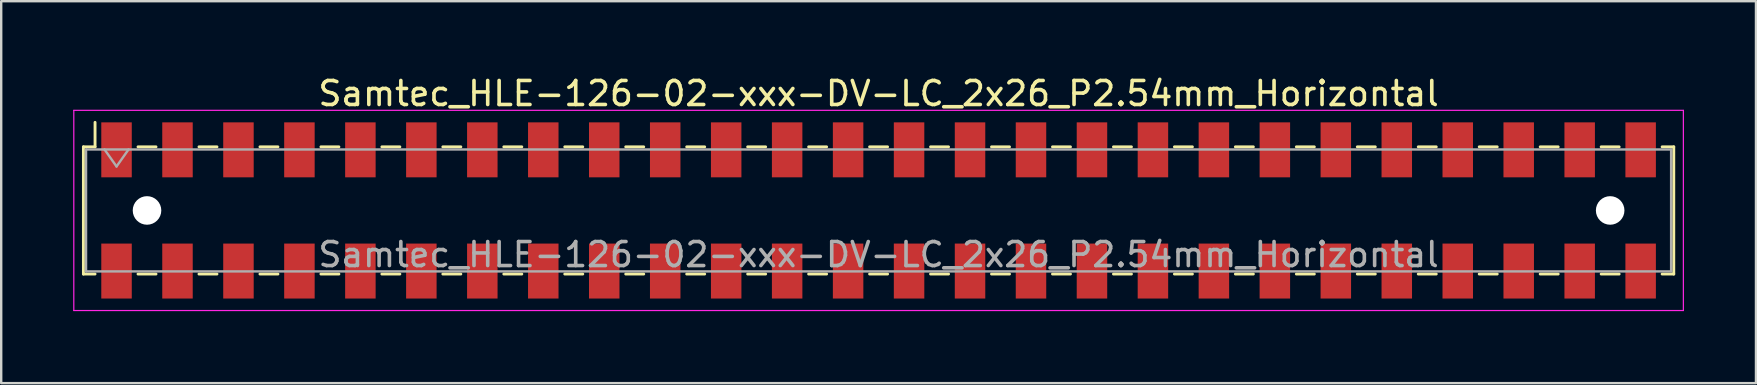
<source format=kicad_pcb>
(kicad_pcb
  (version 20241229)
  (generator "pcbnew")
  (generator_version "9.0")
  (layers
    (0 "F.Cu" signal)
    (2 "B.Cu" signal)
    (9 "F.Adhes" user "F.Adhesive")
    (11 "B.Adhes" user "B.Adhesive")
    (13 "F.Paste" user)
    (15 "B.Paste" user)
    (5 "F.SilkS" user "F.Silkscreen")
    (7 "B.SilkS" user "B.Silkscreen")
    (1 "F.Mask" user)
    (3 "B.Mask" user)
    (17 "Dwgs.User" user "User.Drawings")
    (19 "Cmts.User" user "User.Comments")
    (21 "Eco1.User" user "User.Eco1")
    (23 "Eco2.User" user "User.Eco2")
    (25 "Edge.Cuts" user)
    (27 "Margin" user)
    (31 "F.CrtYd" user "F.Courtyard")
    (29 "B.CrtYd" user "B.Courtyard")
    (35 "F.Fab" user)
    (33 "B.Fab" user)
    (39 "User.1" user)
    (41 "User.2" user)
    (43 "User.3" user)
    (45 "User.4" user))
  (footprint "Samtec_HLE-126-02-xxx-DV-LC_2x26_P2.54mm_Horizontal"
    (layer "F.Cu")
    (at 33.555 5.718)
    (property "Reference" "Samtec_HLE-126-02-xxx-DV-LC_2x26_P2.54mm_Horizontal" (at 0 -4.87 0) (layer "F.SilkS") (effects (font (size 1 1) (thickness 0.15))))
    (attr smd)
    (fp_line (start -33.13 -2.65) (end -33.13 2.65) (stroke (width 0.12) (type solid)) (layer "F.SilkS"))
    (fp_line (start -33.13 2.65) (end -32.645 2.65) (stroke (width 0.12) (type solid)) (layer "F.SilkS"))
    (fp_line (start -32.645 -3.67) (end -32.645 -2.65) (stroke (width 0.12) (type solid)) (layer "F.SilkS"))
    (fp_line (start -32.645 -2.65) (end -33.13 -2.65) (stroke (width 0.12) (type solid)) (layer "F.SilkS"))
    (fp_line (start -30.855 -2.65) (end -30.105 -2.65) (stroke (width 0.12) (type solid)) (layer "F.SilkS"))
    (fp_line (start -30.855 2.65) (end -30.105 2.65) (stroke (width 0.12) (type solid)) (layer "F.SilkS"))
    (fp_line (start -28.315 -2.65) (end -27.565 -2.65) (stroke (width 0.12) (type solid)) (layer "F.SilkS"))
    (fp_line (start -28.315 2.65) (end -27.565 2.65) (stroke (width 0.12) (type solid)) (layer "F.SilkS"))
    (fp_line (start -25.775 -2.65) (end -25.025 -2.65) (stroke (width 0.12) (type solid)) (layer "F.SilkS"))
    (fp_line (start -25.775 2.65) (end -25.025 2.65) (stroke (width 0.12) (type solid)) (layer "F.SilkS"))
    (fp_line (start -23.235 -2.65) (end -22.485 -2.65) (stroke (width 0.12) (type solid)) (layer "F.SilkS"))
    (fp_line (start -23.235 2.65) (end -22.485 2.65) (stroke (width 0.12) (type solid)) (layer "F.SilkS"))
    (fp_line (start -20.695 -2.65) (end -19.945 -2.65) (stroke (width 0.12) (type solid)) (layer "F.SilkS"))
    (fp_line (start -20.695 2.65) (end -19.945 2.65) (stroke (width 0.12) (type solid)) (layer "F.SilkS"))
    (fp_line (start -18.155 -2.65) (end -17.405 -2.65) (stroke (width 0.12) (type solid)) (layer "F.SilkS"))
    (fp_line (start -18.155 2.65) (end -17.405 2.65) (stroke (width 0.12) (type solid)) (layer "F.SilkS"))
    (fp_line (start -15.615 -2.65) (end -14.865 -2.65) (stroke (width 0.12) (type solid)) (layer "F.SilkS"))
    (fp_line (start -15.615 2.65) (end -14.865 2.65) (stroke (width 0.12) (type solid)) (layer "F.SilkS"))
    (fp_line (start -13.075 -2.65) (end -12.325 -2.65) (stroke (width 0.12) (type solid)) (layer "F.SilkS"))
    (fp_line (start -13.075 2.65) (end -12.325 2.65) (stroke (width 0.12) (type solid)) (layer "F.SilkS"))
    (fp_line (start -10.535 -2.65) (end -9.785 -2.65) (stroke (width 0.12) (type solid)) (layer "F.SilkS"))
    (fp_line (start -10.535 2.65) (end -9.785 2.65) (stroke (width 0.12) (type solid)) (layer "F.SilkS"))
    (fp_line (start -7.995 -2.65) (end -7.245 -2.65) (stroke (width 0.12) (type solid)) (layer "F.SilkS"))
    (fp_line (start -7.995 2.65) (end -7.245 2.65) (stroke (width 0.12) (type solid)) (layer "F.SilkS"))
    (fp_line (start -5.455 -2.65) (end -4.705 -2.65) (stroke (width 0.12) (type solid)) (layer "F.SilkS"))
    (fp_line (start -5.455 2.65) (end -4.705 2.65) (stroke (width 0.12) (type solid)) (layer "F.SilkS"))
    (fp_line (start -2.915 -2.65) (end -2.165 -2.65) (stroke (width 0.12) (type solid)) (layer "F.SilkS"))
    (fp_line (start -2.915 2.65) (end -2.165 2.65) (stroke (width 0.12) (type solid)) (layer "F.SilkS"))
    (fp_line (start -0.375 -2.65) (end 0.375 -2.65) (stroke (width 0.12) (type solid)) (layer "F.SilkS"))
    (fp_line (start -0.375 2.65) (end 0.375 2.65) (stroke (width 0.12) (type solid)) (layer "F.SilkS"))
    (fp_line (start 2.165 -2.65) (end 2.915 -2.65) (stroke (width 0.12) (type solid)) (layer "F.SilkS"))
    (fp_line (start 2.165 2.65) (end 2.915 2.65) (stroke (width 0.12) (type solid)) (layer "F.SilkS"))
    (fp_line (start 4.705 -2.65) (end 5.455 -2.65) (stroke (width 0.12) (type solid)) (layer "F.SilkS"))
    (fp_line (start 4.705 2.65) (end 5.455 2.65) (stroke (width 0.12) (type solid)) (layer "F.SilkS"))
    (fp_line (start 7.245 -2.65) (end 7.995 -2.65) (stroke (width 0.12) (type solid)) (layer "F.SilkS"))
    (fp_line (start 7.245 2.65) (end 7.995 2.65) (stroke (width 0.12) (type solid)) (layer "F.SilkS"))
    (fp_line (start 9.785 -2.65) (end 10.535 -2.65) (stroke (width 0.12) (type solid)) (layer "F.SilkS"))
    (fp_line (start 9.785 2.65) (end 10.535 2.65) (stroke (width 0.12) (type solid)) (layer "F.SilkS"))
    (fp_line (start 12.325 -2.65) (end 13.075 -2.65) (stroke (width 0.12) (type solid)) (layer "F.SilkS"))
    (fp_line (start 12.325 2.65) (end 13.075 2.65) (stroke (width 0.12) (type solid)) (layer "F.SilkS"))
    (fp_line (start 14.865 -2.65) (end 15.615 -2.65) (stroke (width 0.12) (type solid)) (layer "F.SilkS"))
    (fp_line (start 14.865 2.65) (end 15.615 2.65) (stroke (width 0.12) (type solid)) (layer "F.SilkS"))
    (fp_line (start 17.405 -2.65) (end 18.155 -2.65) (stroke (width 0.12) (type solid)) (layer "F.SilkS"))
    (fp_line (start 17.405 2.65) (end 18.155 2.65) (stroke (width 0.12) (type solid)) (layer "F.SilkS"))
    (fp_line (start 19.945 -2.65) (end 20.695 -2.65) (stroke (width 0.12) (type solid)) (layer "F.SilkS"))
    (fp_line (start 19.945 2.65) (end 20.695 2.65) (stroke (width 0.12) (type solid)) (layer "F.SilkS"))
    (fp_line (start 22.485 -2.65) (end 23.235 -2.65) (stroke (width 0.12) (type solid)) (layer "F.SilkS"))
    (fp_line (start 22.485 2.65) (end 23.235 2.65) (stroke (width 0.12) (type solid)) (layer "F.SilkS"))
    (fp_line (start 25.025 -2.65) (end 25.775 -2.65) (stroke (width 0.12) (type solid)) (layer "F.SilkS"))
    (fp_line (start 25.025 2.65) (end 25.775 2.65) (stroke (width 0.12) (type solid)) (layer "F.SilkS"))
    (fp_line (start 27.565 -2.65) (end 28.315 -2.65) (stroke (width 0.12) (type solid)) (layer "F.SilkS"))
    (fp_line (start 27.565 2.65) (end 28.315 2.65) (stroke (width 0.12) (type solid)) (layer "F.SilkS"))
    (fp_line (start 30.105 -2.65) (end 30.855 -2.65) (stroke (width 0.12) (type solid)) (layer "F.SilkS"))
    (fp_line (start 30.105 2.65) (end 30.855 2.65) (stroke (width 0.12) (type solid)) (layer "F.SilkS"))
    (fp_line (start 32.645 -2.65) (end 33.13 -2.65) (stroke (width 0.12) (type solid)) (layer "F.SilkS"))
    (fp_line (start 33.13 -2.65) (end 33.13 2.65) (stroke (width 0.12) (type solid)) (layer "F.SilkS"))
    (fp_line (start 33.13 2.65) (end 32.645 2.65) (stroke (width 0.12) (type solid)) (layer "F.SilkS"))
    (fp_line (start -33.53 -4.17) (end 33.53 -4.17) (stroke (width 0.05) (type solid)) (layer "F.CrtYd"))
    (fp_line (start -33.53 4.17) (end -33.53 -4.17) (stroke (width 0.05) (type solid)) (layer "F.CrtYd"))
    (fp_line (start 33.53 -4.17) (end 33.53 4.17) (stroke (width 0.05) (type solid)) (layer "F.CrtYd"))
    (fp_line (start 33.53 4.17) (end -33.53 4.17) (stroke (width 0.05) (type solid)) (layer "F.CrtYd"))
    (fp_line (start -33.02 -2.54) (end 33.02 -2.54) (stroke (width 0.1) (type solid)) (layer "F.Fab"))
    (fp_line (start -33.02 2.54) (end -33.02 -2.54) (stroke (width 0.1) (type solid)) (layer "F.Fab"))
    (fp_line (start -32.25 -2.54) (end -31.75 -1.833) (stroke (width 0.1) (type solid)) (layer "F.Fab"))
    (fp_line (start -31.75 -1.833) (end -31.25 -2.54) (stroke (width 0.1) (type solid)) (layer "F.Fab"))
    (fp_line (start 33.02 -2.54) (end 33.02 2.54) (stroke (width 0.1) (type solid)) (layer "F.Fab"))
    (fp_line (start 33.02 2.54) (end -33.02 2.54) (stroke (width 0.1) (type solid)) (layer "F.Fab"))
    (fp_text user "${REFERENCE}" (at 0 1.84 0) (layer "F.Fab") (effects (font (size 1 1) (thickness 0.15))))
    (pad "" np_thru_hole circle (at -30.48 0) (size 1.19 1.19) (drill 1.19) (layers "*.Cu" "*.Mask"))
    (pad "" np_thru_hole circle (at 30.48 0) (size 1.19 1.19) (drill 1.19) (layers "*.Cu" "*.Mask"))
    (pad "1" smd rect (at -31.75 -2.525) (size 1.27 2.29) (layers "F.Cu" "F.Mask" "F.Paste"))
    (pad "2" smd rect (at -31.75 2.525) (size 1.27 2.29) (layers "F.Cu" "F.Mask" "F.Paste"))
    (pad "3" smd rect (at -29.21 -2.525) (size 1.27 2.29) (layers "F.Cu" "F.Mask" "F.Paste"))
    (pad "4" smd rect (at -29.21 2.525) (size 1.27 2.29) (layers "F.Cu" "F.Mask" "F.Paste"))
    (pad "5" smd rect (at -26.67 -2.525) (size 1.27 2.29) (layers "F.Cu" "F.Mask" "F.Paste"))
    (pad "6" smd rect (at -26.67 2.525) (size 1.27 2.29) (layers "F.Cu" "F.Mask" "F.Paste"))
    (pad "7" smd rect (at -24.13 -2.525) (size 1.27 2.29) (layers "F.Cu" "F.Mask" "F.Paste"))
    (pad "8" smd rect (at -24.13 2.525) (size 1.27 2.29) (layers "F.Cu" "F.Mask" "F.Paste"))
    (pad "9" smd rect (at -21.59 -2.525) (size 1.27 2.29) (layers "F.Cu" "F.Mask" "F.Paste"))
    (pad "10" smd rect (at -21.59 2.525) (size 1.27 2.29) (layers "F.Cu" "F.Mask" "F.Paste"))
    (pad "11" smd rect (at -19.05 -2.525) (size 1.27 2.29) (layers "F.Cu" "F.Mask" "F.Paste"))
    (pad "12" smd rect (at -19.05 2.525) (size 1.27 2.29) (layers "F.Cu" "F.Mask" "F.Paste"))
    (pad "13" smd rect (at -16.51 -2.525) (size 1.27 2.29) (layers "F.Cu" "F.Mask" "F.Paste"))
    (pad "14" smd rect (at -16.51 2.525) (size 1.27 2.29) (layers "F.Cu" "F.Mask" "F.Paste"))
    (pad "15" smd rect (at -13.97 -2.525) (size 1.27 2.29) (layers "F.Cu" "F.Mask" "F.Paste"))
    (pad "16" smd rect (at -13.97 2.525) (size 1.27 2.29) (layers "F.Cu" "F.Mask" "F.Paste"))
    (pad "17" smd rect (at -11.43 -2.525) (size 1.27 2.29) (layers "F.Cu" "F.Mask" "F.Paste"))
    (pad "18" smd rect (at -11.43 2.525) (size 1.27 2.29) (layers "F.Cu" "F.Mask" "F.Paste"))
    (pad "19" smd rect (at -8.89 -2.525) (size 1.27 2.29) (layers "F.Cu" "F.Mask" "F.Paste"))
    (pad "20" smd rect (at -8.89 2.525) (size 1.27 2.29) (layers "F.Cu" "F.Mask" "F.Paste"))
    (pad "21" smd rect (at -6.35 -2.525) (size 1.27 2.29) (layers "F.Cu" "F.Mask" "F.Paste"))
    (pad "22" smd rect (at -6.35 2.525) (size 1.27 2.29) (layers "F.Cu" "F.Mask" "F.Paste"))
    (pad "23" smd rect (at -3.81 -2.525) (size 1.27 2.29) (layers "F.Cu" "F.Mask" "F.Paste"))
    (pad "24" smd rect (at -3.81 2.525) (size 1.27 2.29) (layers "F.Cu" "F.Mask" "F.Paste"))
    (pad "25" smd rect (at -1.27 -2.525) (size 1.27 2.29) (layers "F.Cu" "F.Mask" "F.Paste"))
    (pad "26" smd rect (at -1.27 2.525) (size 1.27 2.29) (layers "F.Cu" "F.Mask" "F.Paste"))
    (pad "27" smd rect (at 1.27 -2.525) (size 1.27 2.29) (layers "F.Cu" "F.Mask" "F.Paste"))
    (pad "28" smd rect (at 1.27 2.525) (size 1.27 2.29) (layers "F.Cu" "F.Mask" "F.Paste"))
    (pad "29" smd rect (at 3.81 -2.525) (size 1.27 2.29) (layers "F.Cu" "F.Mask" "F.Paste"))
    (pad "30" smd rect (at 3.81 2.525) (size 1.27 2.29) (layers "F.Cu" "F.Mask" "F.Paste"))
    (pad "31" smd rect (at 6.35 -2.525) (size 1.27 2.29) (layers "F.Cu" "F.Mask" "F.Paste"))
    (pad "32" smd rect (at 6.35 2.525) (size 1.27 2.29) (layers "F.Cu" "F.Mask" "F.Paste"))
    (pad "33" smd rect (at 8.89 -2.525) (size 1.27 2.29) (layers "F.Cu" "F.Mask" "F.Paste"))
    (pad "34" smd rect (at 8.89 2.525) (size 1.27 2.29) (layers "F.Cu" "F.Mask" "F.Paste"))
    (pad "35" smd rect (at 11.43 -2.525) (size 1.27 2.29) (layers "F.Cu" "F.Mask" "F.Paste"))
    (pad "36" smd rect (at 11.43 2.525) (size 1.27 2.29) (layers "F.Cu" "F.Mask" "F.Paste"))
    (pad "37" smd rect (at 13.97 -2.525) (size 1.27 2.29) (layers "F.Cu" "F.Mask" "F.Paste"))
    (pad "38" smd rect (at 13.97 2.525) (size 1.27 2.29) (layers "F.Cu" "F.Mask" "F.Paste"))
    (pad "39" smd rect (at 16.51 -2.525) (size 1.27 2.29) (layers "F.Cu" "F.Mask" "F.Paste"))
    (pad "40" smd rect (at 16.51 2.525) (size 1.27 2.29) (layers "F.Cu" "F.Mask" "F.Paste"))
    (pad "41" smd rect (at 19.05 -2.525) (size 1.27 2.29) (layers "F.Cu" "F.Mask" "F.Paste"))
    (pad "42" smd rect (at 19.05 2.525) (size 1.27 2.29) (layers "F.Cu" "F.Mask" "F.Paste"))
    (pad "43" smd rect (at 21.59 -2.525) (size 1.27 2.29) (layers "F.Cu" "F.Mask" "F.Paste"))
    (pad "44" smd rect (at 21.59 2.525) (size 1.27 2.29) (layers "F.Cu" "F.Mask" "F.Paste"))
    (pad "45" smd rect (at 24.13 -2.525) (size 1.27 2.29) (layers "F.Cu" "F.Mask" "F.Paste"))
    (pad "46" smd rect (at 24.13 2.525) (size 1.27 2.29) (layers "F.Cu" "F.Mask" "F.Paste"))
    (pad "47" smd rect (at 26.67 -2.525) (size 1.27 2.29) (layers "F.Cu" "F.Mask" "F.Paste"))
    (pad "48" smd rect (at 26.67 2.525) (size 1.27 2.29) (layers "F.Cu" "F.Mask" "F.Paste"))
    (pad "49" smd rect (at 29.21 -2.525) (size 1.27 2.29) (layers "F.Cu" "F.Mask" "F.Paste"))
    (pad "50" smd rect (at 29.21 2.525) (size 1.27 2.29) (layers "F.Cu" "F.Mask" "F.Paste"))
    (pad "51" smd rect (at 31.75 -2.525) (size 1.27 2.29) (layers "F.Cu" "F.Mask" "F.Paste"))
    (pad "52" smd rect (at 31.75 2.525) (size 1.27 2.29) (layers "F.Cu" "F.Mask" "F.Paste")))
  (gr_rect
    (start -3 -3)
    (end 70.11 12.913)
    (stroke (width 0.1) (type default))
    (fill no)
    (layer "Edge.Cuts")))
</source>
